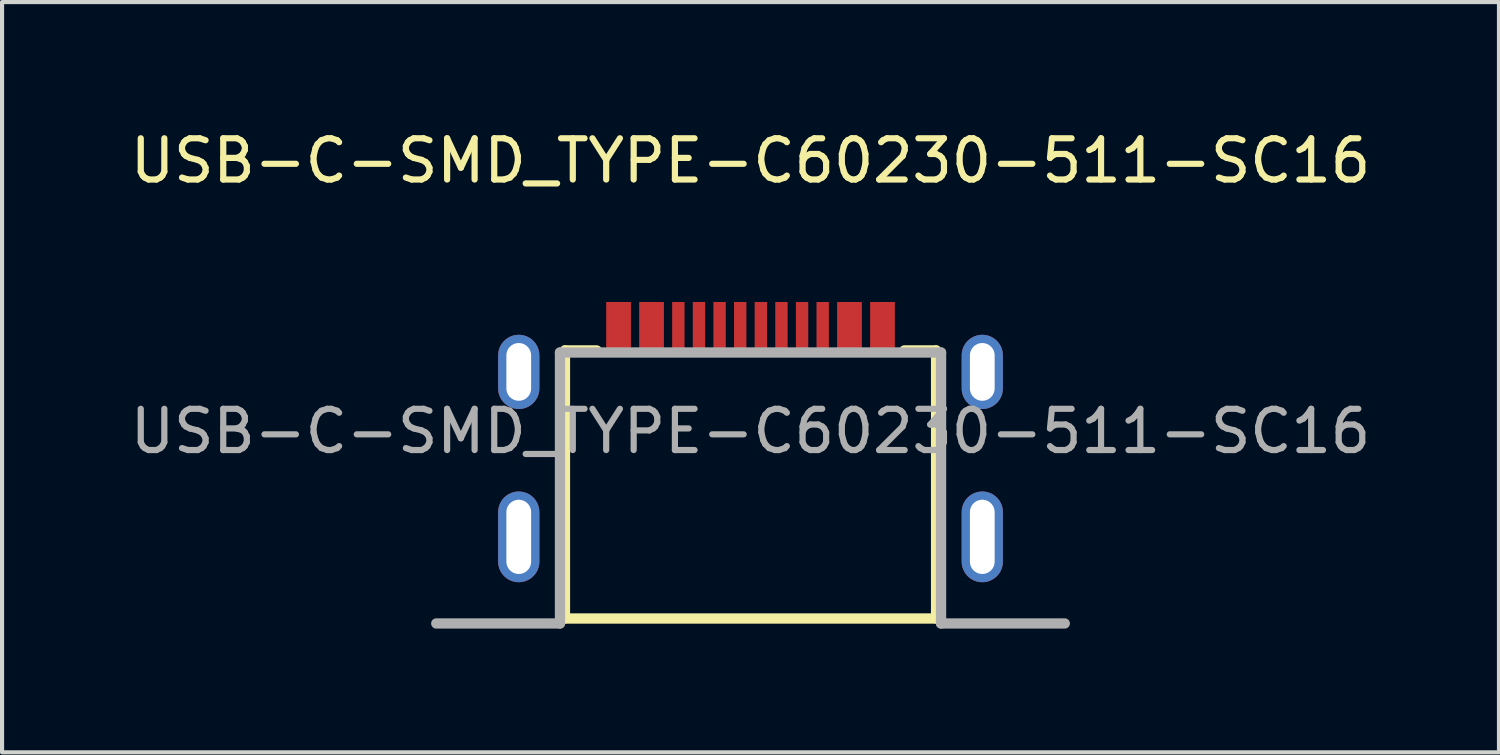
<source format=kicad_pcb>
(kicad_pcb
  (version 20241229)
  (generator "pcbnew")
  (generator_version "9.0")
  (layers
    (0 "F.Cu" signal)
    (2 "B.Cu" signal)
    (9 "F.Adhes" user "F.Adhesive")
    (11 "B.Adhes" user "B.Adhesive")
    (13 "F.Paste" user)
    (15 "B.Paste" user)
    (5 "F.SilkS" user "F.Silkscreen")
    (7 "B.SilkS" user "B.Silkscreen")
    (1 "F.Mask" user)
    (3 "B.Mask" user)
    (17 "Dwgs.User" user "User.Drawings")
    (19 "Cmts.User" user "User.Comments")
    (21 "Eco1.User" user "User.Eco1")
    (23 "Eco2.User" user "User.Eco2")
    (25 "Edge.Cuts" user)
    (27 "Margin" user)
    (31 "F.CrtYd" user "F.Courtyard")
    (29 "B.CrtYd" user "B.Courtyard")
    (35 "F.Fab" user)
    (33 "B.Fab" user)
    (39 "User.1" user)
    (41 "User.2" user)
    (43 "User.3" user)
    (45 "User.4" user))
  (footprint "USB-C-SMD_TYPE-C60230-511-SC16"
    (layer "F.Cu")
    (at 15.149 7.408)
    (property "Reference" "USB-C-SMD_TYPE-C60230-511-SC16" (at 0 -6.56 0) (layer "F.SilkS") (effects (font (size 1 1) (thickness 0.15))))
    (attr through_hole)
    (fp_line (start -4.5 -1.96) (end -4.5 4.54) (stroke (width 0.25) (type solid)) (layer "F.SilkS"))
    (fp_line (start -4.5 4.54) (end 4.5 4.54) (stroke (width 0.25) (type solid)) (layer "F.SilkS"))
    (fp_line (start -3.73 -1.96) (end -4.5 -1.96) (stroke (width 0.25) (type solid)) (layer "F.SilkS"))
    (fp_line (start 4.5 -1.96) (end 3.73 -1.96) (stroke (width 0.25) (type solid)) (layer "F.SilkS"))
    (fp_line (start 4.5 -1.96) (end 4.5 4.54) (stroke (width 0.25) (type solid)) (layer "F.SilkS"))
    (fp_line (start -4.62 -1.91) (end -4.62 4.66) (stroke (width 0.25) (type solid)) (layer "F.Fab"))
    (fp_line (start -4.62 -1.91) (end 4.62 -1.91) (stroke (width 0.25) (type solid)) (layer "F.Fab"))
    (fp_line (start -4.62 4.66) (end -7.62 4.66) (stroke (width 0.25) (type solid)) (layer "F.Fab"))
    (fp_line (start 4.62 -1.91) (end 4.62 4.66) (stroke (width 0.25) (type solid)) (layer "F.Fab"))
    (fp_line (start 4.62 4.66) (end 7.62 4.66) (stroke (width 0.25) (type solid)) (layer "F.Fab"))
    (fp_text user "${REFERENCE}" (at 0 0 0) (layer "F.Fab") (effects (font (size 1 1) (thickness 0.15))))
    (pad "1" thru_hole oval (at -5.62 -1.44) (size 1 1.8) (drill oval 0.6 1.4) (layers "*.Cu" "*.Mask"))
    (pad "2" thru_hole oval (at 5.62 -1.44) (size 1 1.8) (drill oval 0.6 1.4) (layers "*.Cu" "*.Mask"))
    (pad "3" thru_hole oval (at -5.62 2.56) (size 1 2.2) (drill oval 0.6 1.8) (layers "*.Cu" "*.Mask"))
    (pad "4" thru_hole oval (at 5.62 2.56) (size 1 2.2) (drill oval 0.6 1.8) (layers "*.Cu" "*.Mask"))
    (pad "A1B12" smd rect (at -3.2 -2.56) (size 0.6 1.15) (layers "F.Cu" "F.Mask" "F.Paste"))
    (pad "A4B9" smd rect (at -2.4 -2.56) (size 0.6 1.15) (layers "F.Cu" "F.Mask" "F.Paste"))
    (pad "A5" smd rect (at -1.25 -2.56) (size 0.3 1.15) (layers "F.Cu" "F.Mask" "F.Paste"))
    (pad "A6" smd rect (at -0.25 -2.56) (size 0.3 1.15) (layers "F.Cu" "F.Mask" "F.Paste"))
    (pad "A7" smd rect (at 0.25 -2.56) (size 0.3 1.15) (layers "F.Cu" "F.Mask" "F.Paste"))
    (pad "A8" smd rect (at 1.25 -2.56) (size 0.3 1.15) (layers "F.Cu" "F.Mask" "F.Paste"))
    (pad "B1A12" smd rect (at 3.2 -2.56) (size 0.6 1.15) (layers "F.Cu" "F.Mask" "F.Paste"))
    (pad "B4A9" smd rect (at 2.4 -2.56) (size 0.6 1.15) (layers "F.Cu" "F.Mask" "F.Paste"))
    (pad "B5" smd rect (at 1.75 -2.56) (size 0.3 1.15) (layers "F.Cu" "F.Mask" "F.Paste"))
    (pad "B6" smd rect (at 0.75 -2.56) (size 0.3 1.15) (layers "F.Cu" "F.Mask" "F.Paste"))
    (pad "B7" smd rect (at -0.75 -2.56) (size 0.3 1.15) (layers "F.Cu" "F.Mask" "F.Paste"))
    (pad "B8" smd rect (at -1.75 -2.56) (size 0.3 1.15) (layers "F.Cu" "F.Mask" "F.Paste")))
  (gr_rect
    (start -3 -3)
    (end 33.298 15.193)
    (stroke (width 0.1) (type default))
    (fill no)
    (layer "Edge.Cuts")))
</source>
